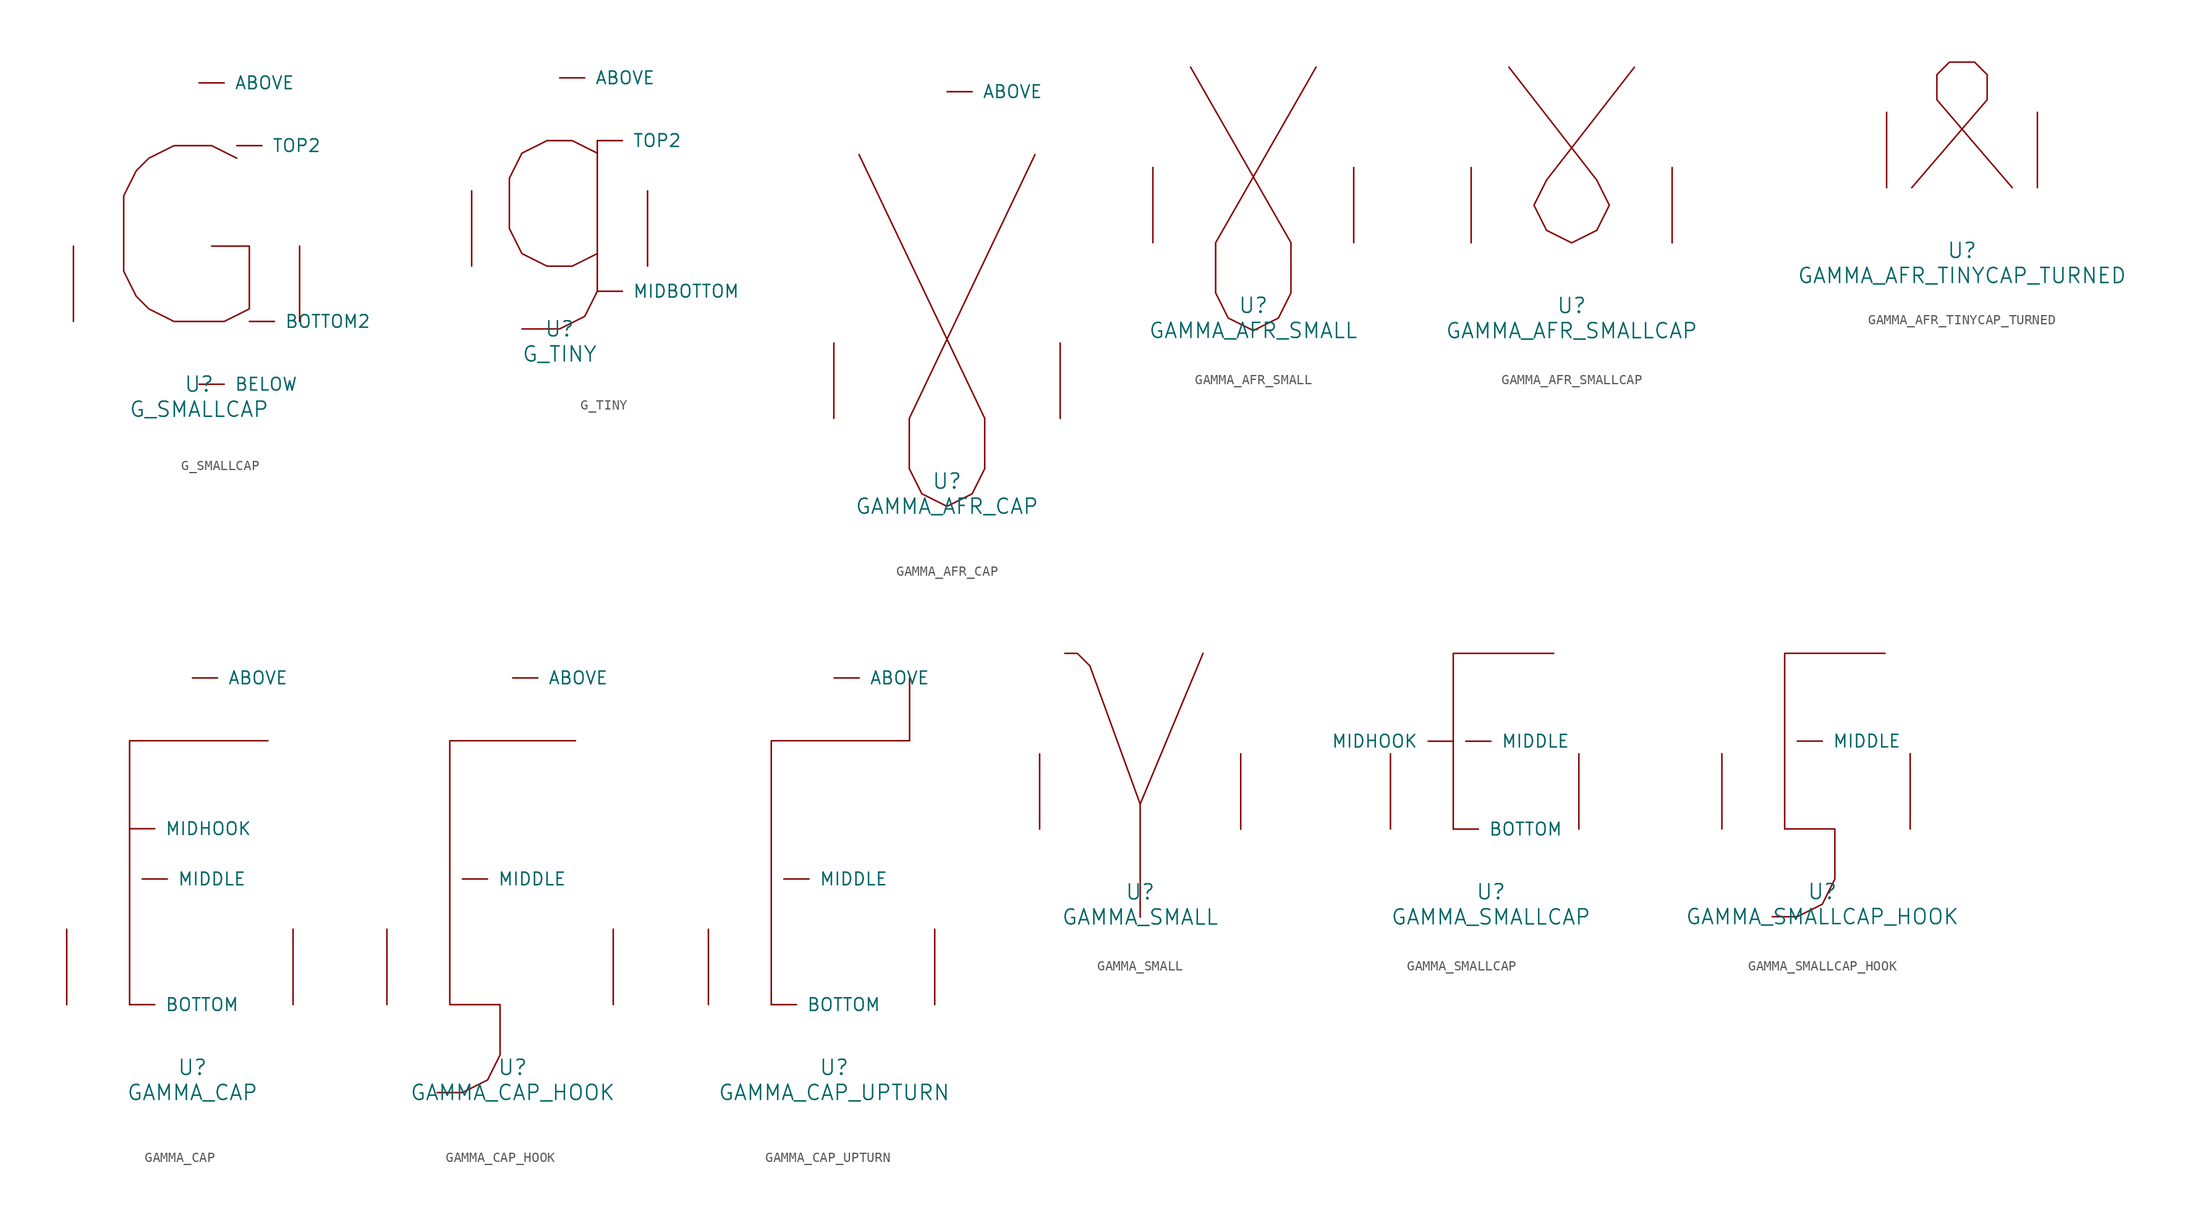
<source format=kicad_sym>
(kicad_symbol_lib
  (version 20220914)
  (generator font_lib2sym)
  (symbol "G_SMALLCAP"
    (pin_names
      (offset 1.016))
    (property "Reference" "U"
      (at 0 -6.35 0)
      (effects (font (size 1.524 1.524))))
    (property "Value" "G_SMALLCAP"
      (at 0 -8.89 0)
      (effects (font (size 1.524 1.524))))
    (symbol "G_SMALLCAP_0_1"
      (polyline (pts (xy 3.81 16.51) (xy 1.27 17.78) (xy -2.54 17.78) (xy -5.08 16.51) (xy -6.35 15.24) (xy -7.62 12.7) (xy -7.62 5.08) (xy -6.35 2.54) (xy -5.08 1.27) (xy -2.54 0) (xy 2.54 0) (xy 5.08 1.27) (xy 5.08 7.62) (xy 1.27 7.62)) (stroke (width 0) (type solid)) (fill (type none)))
      (pin input line (at 0 24.13 0) (length 2.54) (name "ABOVE" (effects (font (size 1.27 1.27)))) (number "~" (effects (font (size 1.27 1.27)))))
      (pin input line (at 0 -6.35 0) (length 2.54) (name "BELOW" (effects (font (size 1.27 1.27)))) (number "~" (effects (font (size 1.27 1.27)))))
      (pin input line (at 5.08 0 0) (length 2.54) (name "BOTTOM2" (effects (font (size 1.27 1.27)))) (number "~" (effects (font (size 1.27 1.27)))))
      (pin input line (at 3.81 17.78 0) (length 2.54) (name "TOP2" (effects (font (size 1.27 1.27)))) (number "~" (effects (font (size 1.27 1.27)))))
      (pin input line (at -12.7 0 90) (length 7.62) (name "~" (effects (font (size 1.27 1.27)))) (number "~" (effects (font (size 1.27 1.27)))))
      (pin input line (at 10.16 0 90) (length 7.62) (name "~" (effects (font (size 1.27 1.27)))) (number "~" (effects (font (size 1.27 1.27)))))))
  (symbol "G_TINY"
    (pin_names
      (offset 1.016))
    (property "Reference" "U"
      (at 0 -6.35 0)
      (effects (font (size 1.524 1.524))))
    (property "Value" "G_TINY"
      (at 0 -8.89 0)
      (effects (font (size 1.524 1.524))))
    (symbol "G_TINY_0_1"
      (polyline (pts (xy 3.81 12.7) (xy 3.81 -2.54) (xy 2.54 -5.08) (xy 0 -6.35) (xy -3.81 -6.35)) (stroke (width 0) (type solid)) (fill (type none)))
      (polyline (pts (xy 3.81 11.43) (xy 1.27 12.7) (xy -1.27 12.7) (xy -3.81 11.43) (xy -5.08 8.89) (xy -5.08 3.81) (xy -3.81 1.27) (xy -1.27 0) (xy 1.27 0) (xy 3.81 1.27)) (stroke (width 0) (type solid)) (fill (type none)))
      (pin input line (at 0 19.05 0) (length 2.54) (name "ABOVE" (effects (font (size 1.27 1.27)))) (number "~" (effects (font (size 1.27 1.27)))))
      (pin input line (at 3.81 -2.54 0) (length 2.54) (name "MIDBOTTOM" (effects (font (size 1.27 1.27)))) (number "~" (effects (font (size 1.27 1.27)))))
      (pin input line (at 3.81 12.7 0) (length 2.54) (name "TOP2" (effects (font (size 1.27 1.27)))) (number "~" (effects (font (size 1.27 1.27)))))
      (pin input line (at -8.89 0 90) (length 7.62) (name "~" (effects (font (size 1.27 1.27)))) (number "~" (effects (font (size 1.27 1.27)))))
      (pin input line (at 8.89 0 90) (length 7.62) (name "~" (effects (font (size 1.27 1.27)))) (number "~" (effects (font (size 1.27 1.27)))))))
  (symbol "GAMMA_AFR_CAP"
    (pin_names
      (offset 1.016))
    (property "Reference" "U"
      (at 0 -6.35 0)
      (effects (font (size 1.524 1.524))))
    (property "Value" "GAMMA_AFR_CAP"
      (at 0 -8.89 0)
      (effects (font (size 1.524 1.524))))
    (symbol "GAMMA_AFR_CAP_0_1"
      (polyline (pts (xy -8.89 26.67) (xy 3.81 0) (xy 3.81 -5.08) (xy 2.54 -7.62) (xy 0 -8.89) (xy -2.54 -7.62) (xy -3.81 -5.08) (xy -3.81 0) (xy 8.89 26.67)) (stroke (width 0) (type solid)) (fill (type none)))
      (pin input line (at 0 33.02 0) (length 2.54) (name "ABOVE" (effects (font (size 1.27 1.27)))) (number "~" (effects (font (size 1.27 1.27)))))
      (pin input line (at -11.43 0 90) (length 7.62) (name "~" (effects (font (size 1.27 1.27)))) (number "~" (effects (font (size 1.27 1.27)))))
      (pin input line (at 11.43 0 90) (length 7.62) (name "~" (effects (font (size 1.27 1.27)))) (number "~" (effects (font (size 1.27 1.27)))))))
  (symbol "GAMMA_AFR_SMALL"
    (pin_names
      (offset 1.016))
    (property "Reference" "U"
      (at 0 -6.35 0)
      (effects (font (size 1.524 1.524))))
    (property "Value" "GAMMA_AFR_SMALL"
      (at 0 -8.89 0)
      (effects (font (size 1.524 1.524))))
    (symbol "GAMMA_AFR_SMALL_0_1"
      (polyline (pts (xy -6.35 17.78) (xy 3.81 0) (xy 3.81 -5.08) (xy 2.54 -7.62) (xy 0 -8.89) (xy -2.54 -7.62) (xy -3.81 -5.08) (xy -3.81 0) (xy 6.35 17.78)) (stroke (width 0) (type solid)) (fill (type none)))
      (pin input line (at -10.16 0 90) (length 7.62) (name "~" (effects (font (size 1.27 1.27)))) (number "~" (effects (font (size 1.27 1.27)))))
      (pin input line (at 10.16 0 90) (length 7.62) (name "~" (effects (font (size 1.27 1.27)))) (number "~" (effects (font (size 1.27 1.27)))))))
  (symbol "GAMMA_AFR_SMALLCAP"
    (pin_names
      (offset 1.016))
    (property "Reference" "U"
      (at 0 -6.35 0)
      (effects (font (size 1.524 1.524))))
    (property "Value" "GAMMA_AFR_SMALLCAP"
      (at 0 -8.89 0)
      (effects (font (size 1.524 1.524))))
    (symbol "GAMMA_AFR_SMALLCAP_0_1"
      (polyline (pts (xy -6.35 17.78) (xy 2.54 6.35) (xy 3.81 3.81) (xy 2.54 1.27) (xy 0 0) (xy -2.54 1.27) (xy -3.81 3.81) (xy -2.54 6.35) (xy 6.35 17.78)) (stroke (width 0) (type solid)) (fill (type none)))
      (pin input line (at -10.16 0 90) (length 7.62) (name "~" (effects (font (size 1.27 1.27)))) (number "~" (effects (font (size 1.27 1.27)))))
      (pin input line (at 10.16 0 90) (length 7.62) (name "~" (effects (font (size 1.27 1.27)))) (number "~" (effects (font (size 1.27 1.27)))))))
  (symbol "GAMMA_AFR_TINYCAP_TURNED"
    (pin_names
      (offset 1.016))
    (property "Reference" "U"
      (at 0 -6.35 0)
      (effects (font (size 1.524 1.524))))
    (property "Value" "GAMMA_AFR_TINYCAP_TURNED"
      (at 0 -8.89 0)
      (effects (font (size 1.524 1.524))))
    (symbol "GAMMA_AFR_TINYCAP_TURNED_0_1"
      (polyline (pts (xy 5.08 0) (xy -2.54 8.89) (xy -2.54 11.43) (xy -1.27 12.7) (xy 1.27 12.7) (xy 2.54 11.43) (xy 2.54 8.89) (xy -5.08 0)) (stroke (width 0) (type solid)) (fill (type none)))
      (pin input line (at -7.62 0 90) (length 7.62) (name "~" (effects (font (size 1.27 1.27)))) (number "~" (effects (font (size 1.27 1.27)))))
      (pin input line (at 7.62 0 90) (length 7.62) (name "~" (effects (font (size 1.27 1.27)))) (number "~" (effects (font (size 1.27 1.27)))))))
  (symbol "GAMMA_CAP"
    (pin_names
      (offset 1.016))
    (property "Reference" "U"
      (at 0 -6.35 0)
      (effects (font (size 1.524 1.524))))
    (property "Value" "GAMMA_CAP"
      (at 0 -8.89 0)
      (effects (font (size 1.524 1.524))))
    (symbol "GAMMA_CAP_0_1"
      (polyline (pts (xy -6.35 0) (xy -6.35 26.67) (xy 7.62 26.67)) (stroke (width 0) (type solid)) (fill (type none)))
      (pin input line (at 0 33.02 0) (length 2.54) (name "ABOVE" (effects (font (size 1.27 1.27)))) (number "~" (effects (font (size 1.27 1.27)))))
      (pin input line (at -6.35 0 0) (length 2.54) (name "BOTTOM" (effects (font (size 1.27 1.27)))) (number "~" (effects (font (size 1.27 1.27)))))
      (pin input line (at -5.08 12.7 0) (length 2.54) (name "MIDDLE" (effects (font (size 1.27 1.27)))) (number "~" (effects (font (size 1.27 1.27)))))
      (pin input line (at -6.35 17.78 0) (length 2.54) (name "MIDHOOK" (effects (font (size 1.27 1.27)))) (number "~" (effects (font (size 1.27 1.27)))))
      (pin input line (at -12.7 0 90) (length 7.62) (name "~" (effects (font (size 1.27 1.27)))) (number "~" (effects (font (size 1.27 1.27)))))
      (pin input line (at 10.16 0 90) (length 7.62) (name "~" (effects (font (size 1.27 1.27)))) (number "~" (effects (font (size 1.27 1.27)))))))
  (symbol "GAMMA_CAP_HOOK"
    (pin_names
      (offset 1.016))
    (property "Reference" "U"
      (at 0 -6.35 0)
      (effects (font (size 1.524 1.524))))
    (property "Value" "GAMMA_CAP_HOOK"
      (at 0 -8.89 0)
      (effects (font (size 1.524 1.524))))
    (symbol "GAMMA_CAP_HOOK_0_1"
      (polyline (pts (xy 6.35 26.67) (xy -6.35 26.67) (xy -6.35 0) (xy -1.27 0) (xy -1.27 -5.08) (xy -2.54 -7.62) (xy -5.08 -8.89) (xy -7.62 -8.89)) (stroke (width 0) (type solid)) (fill (type none)))
      (pin input line (at 0 33.02 0) (length 2.54) (name "ABOVE" (effects (font (size 1.27 1.27)))) (number "~" (effects (font (size 1.27 1.27)))))
      (pin input line (at -5.08 12.7 0) (length 2.54) (name "MIDDLE" (effects (font (size 1.27 1.27)))) (number "~" (effects (font (size 1.27 1.27)))))
      (pin input line (at -12.7 0 90) (length 7.62) (name "~" (effects (font (size 1.27 1.27)))) (number "~" (effects (font (size 1.27 1.27)))))
      (pin input line (at 10.16 0 90) (length 7.62) (name "~" (effects (font (size 1.27 1.27)))) (number "~" (effects (font (size 1.27 1.27)))))))
  (symbol "GAMMA_CAP_UPTURN"
    (pin_names
      (offset 1.016))
    (property "Reference" "U"
      (at 0 -6.35 0)
      (effects (font (size 1.524 1.524))))
    (property "Value" "GAMMA_CAP_UPTURN"
      (at 0 -8.89 0)
      (effects (font (size 1.524 1.524))))
    (symbol "GAMMA_CAP_UPTURN_0_1"
      (polyline (pts (xy -6.35 0) (xy -6.35 26.67) (xy 7.62 26.67) (xy 7.62 33.02)) (stroke (width 0) (type solid)) (fill (type none)))
      (pin input line (at 0 33.02 0) (length 2.54) (name "ABOVE" (effects (font (size 1.27 1.27)))) (number "~" (effects (font (size 1.27 1.27)))))
      (pin input line (at -6.35 0 0) (length 2.54) (name "BOTTOM" (effects (font (size 1.27 1.27)))) (number "~" (effects (font (size 1.27 1.27)))))
      (pin input line (at -5.08 12.7 0) (length 2.54) (name "MIDDLE" (effects (font (size 1.27 1.27)))) (number "~" (effects (font (size 1.27 1.27)))))
      (pin input line (at -12.7 0 90) (length 7.62) (name "~" (effects (font (size 1.27 1.27)))) (number "~" (effects (font (size 1.27 1.27)))))
      (pin input line (at 10.16 0 90) (length 7.62) (name "~" (effects (font (size 1.27 1.27)))) (number "~" (effects (font (size 1.27 1.27)))))))
  (symbol "GAMMA_SMALL"
    (pin_names
      (offset 1.016))
    (property "Reference" "U"
      (at 0 -6.35 0)
      (effects (font (size 1.524 1.524))))
    (property "Value" "GAMMA_SMALL"
      (at 0 -8.89 0)
      (effects (font (size 1.524 1.524))))
    (symbol "GAMMA_SMALL_0_1"
      (polyline (pts (xy 0 2.54) (xy 0 -8.89)) (stroke (width 0) (type solid)) (fill (type none)))
      (polyline (pts (xy -7.62 17.78) (xy -6.35 17.78) (xy -5.08 16.51) (xy 0 2.54) (xy 6.35 17.78)) (stroke (width 0) (type solid)) (fill (type none)))
      (pin input line (at -10.16 0 90) (length 7.62) (name "~" (effects (font (size 1.27 1.27)))) (number "~" (effects (font (size 1.27 1.27)))))
      (pin input line (at 10.16 0 90) (length 7.62) (name "~" (effects (font (size 1.27 1.27)))) (number "~" (effects (font (size 1.27 1.27)))))))
  (symbol "GAMMA_SMALLCAP"
    (pin_names
      (offset 1.016))
    (property "Reference" "U"
      (at 0 -6.35 0)
      (effects (font (size 1.524 1.524))))
    (property "Value" "GAMMA_SMALLCAP"
      (at 0 -8.89 0)
      (effects (font (size 1.524 1.524))))
    (symbol "GAMMA_SMALLCAP_0_1"
      (polyline (pts (xy -3.81 0) (xy -3.81 17.78) (xy 6.35 17.78)) (stroke (width 0) (type solid)) (fill (type none)))
      (pin input line (at -3.81 0 0) (length 2.54) (name "BOTTOM" (effects (font (size 1.27 1.27)))) (number "~" (effects (font (size 1.27 1.27)))))
      (pin input line (at -2.54 8.89 0) (length 2.54) (name "MIDDLE" (effects (font (size 1.27 1.27)))) (number "~" (effects (font (size 1.27 1.27)))))
      (pin input line (at -3.81 8.89 180) (length 2.54) (name "MIDHOOK" (effects (font (size 1.27 1.27)))) (number "~" (effects (font (size 1.27 1.27)))))
      (pin input line (at -10.16 0 90) (length 7.62) (name "~" (effects (font (size 1.27 1.27)))) (number "~" (effects (font (size 1.27 1.27)))))
      (pin input line (at 8.89 0 90) (length 7.62) (name "~" (effects (font (size 1.27 1.27)))) (number "~" (effects (font (size 1.27 1.27)))))))
  (symbol "GAMMA_SMALLCAP_HOOK"
    (pin_names
      (offset 1.016))
    (property "Reference" "U"
      (at 0 -6.35 0)
      (effects (font (size 1.524 1.524))))
    (property "Value" "GAMMA_SMALLCAP_HOOK"
      (at 0 -8.89 0)
      (effects (font (size 1.524 1.524))))
    (symbol "GAMMA_SMALLCAP_HOOK_0_1"
      (polyline (pts (xy 6.35 17.78) (xy -3.81 17.78) (xy -3.81 0) (xy 1.27 0) (xy 1.27 -5.08) (xy 0 -7.62) (xy -2.54 -8.89) (xy -5.08 -8.89)) (stroke (width 0) (type solid)) (fill (type none)))
      (pin input line (at -2.54 8.89 0) (length 2.54) (name "MIDDLE" (effects (font (size 1.27 1.27)))) (number "~" (effects (font (size 1.27 1.27)))))
      (pin input line (at -10.16 0 90) (length 7.62) (name "~" (effects (font (size 1.27 1.27)))) (number "~" (effects (font (size 1.27 1.27)))))
      (pin input line (at 8.89 0 90) (length 7.62) (name "~" (effects (font (size 1.27 1.27)))) (number "~" (effects (font (size 1.27 1.27))))))))
</source>
